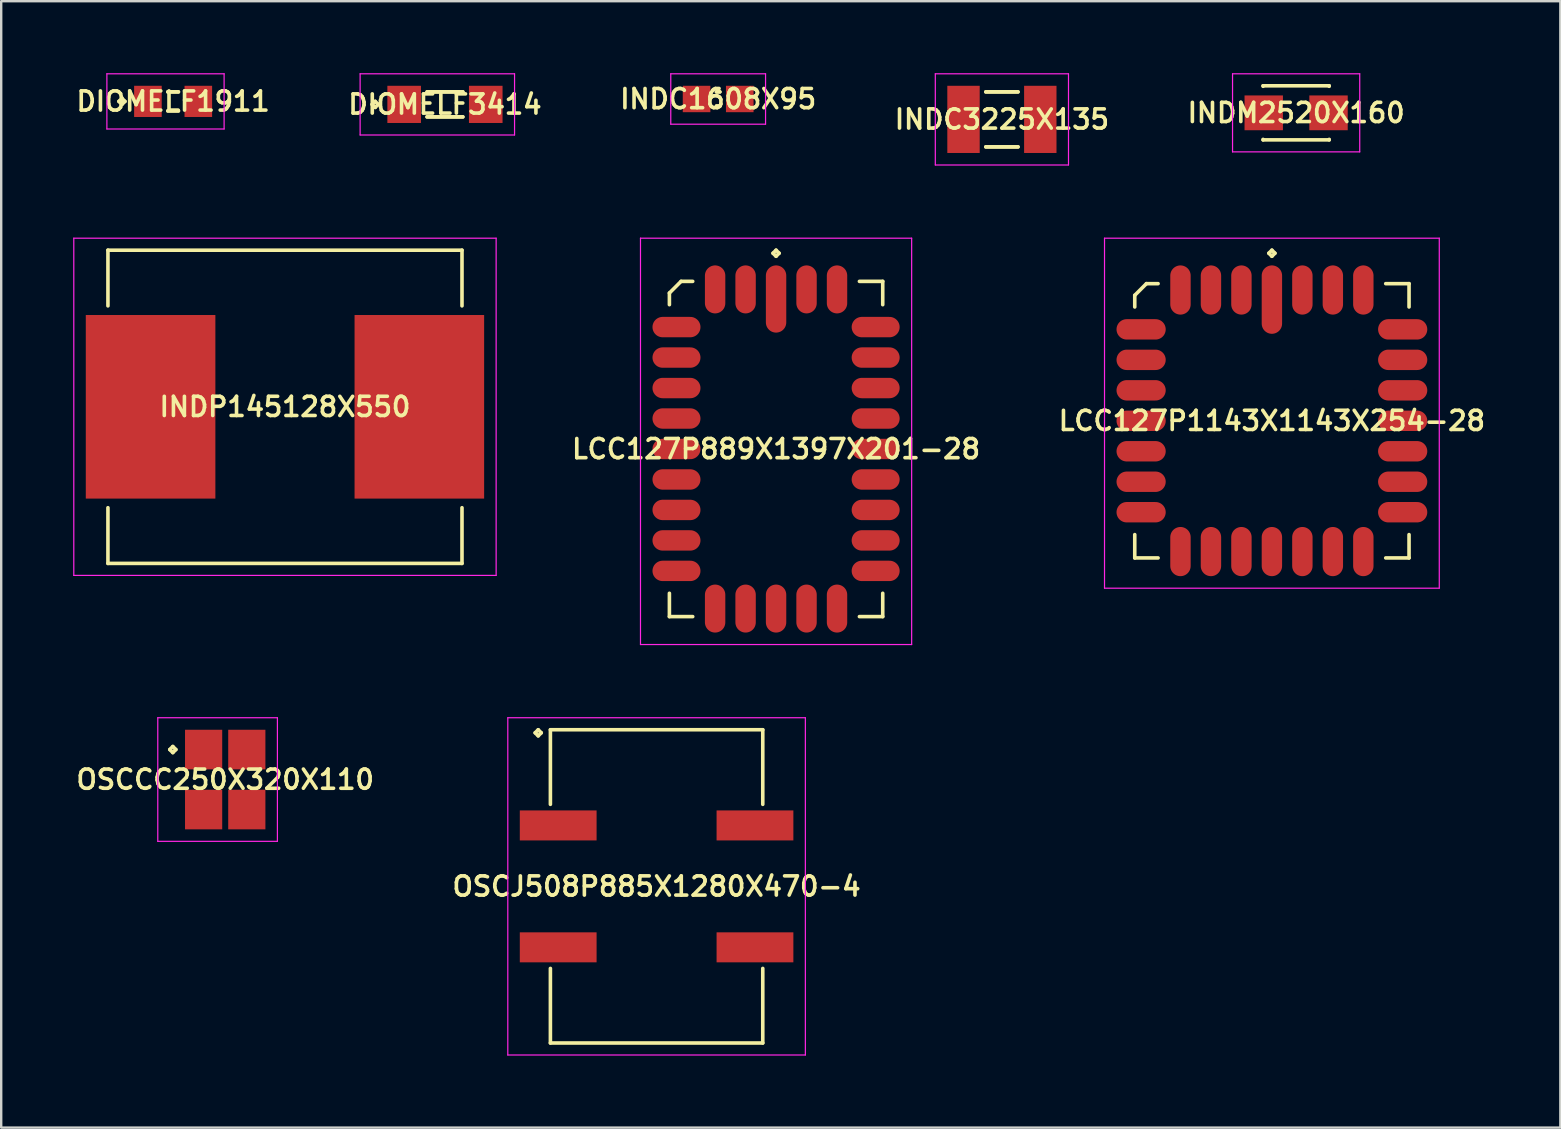
<source format=kicad_pcb>
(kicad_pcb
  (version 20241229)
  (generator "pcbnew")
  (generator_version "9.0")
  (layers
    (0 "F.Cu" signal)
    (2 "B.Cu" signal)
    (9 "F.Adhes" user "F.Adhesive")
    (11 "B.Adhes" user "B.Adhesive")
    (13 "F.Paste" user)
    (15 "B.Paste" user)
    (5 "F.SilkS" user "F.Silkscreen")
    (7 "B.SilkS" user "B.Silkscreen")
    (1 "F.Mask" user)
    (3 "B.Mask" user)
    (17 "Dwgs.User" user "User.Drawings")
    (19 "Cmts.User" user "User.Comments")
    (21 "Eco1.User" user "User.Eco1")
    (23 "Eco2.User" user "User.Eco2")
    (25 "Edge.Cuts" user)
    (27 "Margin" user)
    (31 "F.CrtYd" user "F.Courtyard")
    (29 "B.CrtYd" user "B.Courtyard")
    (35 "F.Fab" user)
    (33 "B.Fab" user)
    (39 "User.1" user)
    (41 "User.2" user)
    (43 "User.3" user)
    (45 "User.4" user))
  (footprint "LCC127P889X1397X201-28"
    (layer "F.Cu")
    (at 29.29 15.66)
    (property "Reference" "LCC127P889X1397X201-28" (at 0 0 0) (layer "F.SilkS") (effects (font (size 0.8 0.8) (thickness 0.15))))
    (attr smd)
    (fp_line (start -4.445 -6.499) (end -3.959 -6.985) (stroke (width 0.15) (type solid)) (layer "F.SilkS"))
    (fp_line (start -4.445 -6.013) (end -4.445 -6.499) (stroke (width 0.15) (type solid)) (layer "F.SilkS"))
    (fp_line (start -4.445 6.013) (end -4.445 6.985) (stroke (width 0.15) (type solid)) (layer "F.SilkS"))
    (fp_line (start -4.445 6.985) (end -3.473 6.985) (stroke (width 0.15) (type solid)) (layer "F.SilkS"))
    (fp_line (start -3.959 -6.985) (end -3.473 -6.985) (stroke (width 0.15) (type solid)) (layer "F.SilkS"))
    (fp_line (start -0.127 -8.158) (end 0 -8.285) (stroke (width 0.15) (type solid)) (layer "F.SilkS"))
    (fp_line (start 0 -8.285) (end 0.127 -8.158) (stroke (width 0.15) (type solid)) (layer "F.SilkS"))
    (fp_line (start 0 -8.031) (end -0.127 -8.158) (stroke (width 0.15) (type solid)) (layer "F.SilkS"))
    (fp_line (start 0.127 -8.158) (end 0 -8.031) (stroke (width 0.15) (type solid)) (layer "F.SilkS"))
    (fp_line (start 4.445 -6.985) (end 3.473 -6.985) (stroke (width 0.15) (type solid)) (layer "F.SilkS"))
    (fp_line (start 4.445 -6.013) (end 4.445 -6.985) (stroke (width 0.15) (type solid)) (layer "F.SilkS"))
    (fp_line (start 4.445 6.013) (end 4.445 6.985) (stroke (width 0.15) (type solid)) (layer "F.SilkS"))
    (fp_line (start 4.445 6.985) (end 3.473 6.985) (stroke (width 0.15) (type solid)) (layer "F.SilkS"))
    (fp_line (start -5.65 -8.785) (end 5.65 -8.785) (stroke (width 0.05) (type solid)) (layer "F.CrtYd"))
    (fp_line (start -5.65 8.15) (end -5.65 -8.785) (stroke (width 0.05) (type solid)) (layer "F.CrtYd"))
    (fp_line (start 5.65 -8.785) (end 5.65 8.15) (stroke (width 0.05) (type solid)) (layer "F.CrtYd"))
    (fp_line (start 5.65 8.15) (end -5.65 8.15) (stroke (width 0.05) (type solid)) (layer "F.CrtYd"))
    (pad "1" smd oval (at 0 -6.25) (size 0.85 2.8) (layers "F.Cu" "F.Mask" "F.Paste"))
    (pad "2" smd oval (at -1.27 -6.65) (size 0.85 2) (layers "F.Cu" "F.Mask" "F.Paste"))
    (pad "3" smd oval (at -2.54 -6.65) (size 0.85 2) (layers "F.Cu" "F.Mask" "F.Paste"))
    (pad "4" smd oval (at -4.15 -5.08) (size 2 0.85) (layers "F.Cu" "F.Mask" "F.Paste"))
    (pad "5" smd oval (at -4.15 -3.81) (size 2 0.85) (layers "F.Cu" "F.Mask" "F.Paste"))
    (pad "6" smd oval (at -4.15 -2.54) (size 2 0.85) (layers "F.Cu" "F.Mask" "F.Paste"))
    (pad "7" smd oval (at -4.15 -1.27) (size 2 0.85) (layers "F.Cu" "F.Mask" "F.Paste"))
    (pad "8" smd oval (at -4.15 0) (size 2 0.85) (layers "F.Cu" "F.Mask" "F.Paste"))
    (pad "9" smd oval (at -4.15 1.27) (size 2 0.85) (layers "F.Cu" "F.Mask" "F.Paste"))
    (pad "10" smd oval (at -4.15 2.54) (size 2 0.85) (layers "F.Cu" "F.Mask" "F.Paste"))
    (pad "11" smd oval (at -4.15 3.81) (size 2 0.85) (layers "F.Cu" "F.Mask" "F.Paste"))
    (pad "12" smd oval (at -4.15 5.08) (size 2 0.85) (layers "F.Cu" "F.Mask" "F.Paste"))
    (pad "13" smd oval (at -2.54 6.65) (size 0.85 2) (layers "F.Cu" "F.Mask" "F.Paste"))
    (pad "14" smd oval (at -1.27 6.65) (size 0.85 2) (layers "F.Cu" "F.Mask" "F.Paste"))
    (pad "15" smd oval (at 0 6.65) (size 0.85 2) (layers "F.Cu" "F.Mask" "F.Paste"))
    (pad "16" smd oval (at 1.27 6.65) (size 0.85 2) (layers "F.Cu" "F.Mask" "F.Paste"))
    (pad "17" smd oval (at 2.54 6.65) (size 0.85 2) (layers "F.Cu" "F.Mask" "F.Paste"))
    (pad "18" smd oval (at 4.15 5.08) (size 2 0.85) (layers "F.Cu" "F.Mask" "F.Paste"))
    (pad "19" smd oval (at 4.15 3.81) (size 2 0.85) (layers "F.Cu" "F.Mask" "F.Paste"))
    (pad "20" smd oval (at 4.15 2.54) (size 2 0.85) (layers "F.Cu" "F.Mask" "F.Paste"))
    (pad "21" smd oval (at 4.15 1.27) (size 2 0.85) (layers "F.Cu" "F.Mask" "F.Paste"))
    (pad "22" smd oval (at 4.15 0) (size 2 0.85) (layers "F.Cu" "F.Mask" "F.Paste"))
    (pad "23" smd oval (at 4.15 -1.27) (size 2 0.85) (layers "F.Cu" "F.Mask" "F.Paste"))
    (pad "24" smd oval (at 4.15 -2.54) (size 2 0.85) (layers "F.Cu" "F.Mask" "F.Paste"))
    (pad "25" smd oval (at 4.15 -3.81) (size 2 0.85) (layers "F.Cu" "F.Mask" "F.Paste"))
    (pad "26" smd oval (at 4.15 -5.08) (size 2 0.85) (layers "F.Cu" "F.Mask" "F.Paste"))
    (pad "27" smd oval (at 2.54 -6.65) (size 0.85 2) (layers "F.Cu" "F.Mask" "F.Paste"))
    (pad "28" smd oval (at 1.27 -6.65) (size 0.85 2) (layers "F.Cu" "F.Mask" "F.Paste")))
  (footprint "INDC1608X95"
    (layer "F.Cu")
    (at 26.877 1.075)
    (property "Reference" "INDC1608X95" (at 0 0 0) (layer "F.SilkS") (effects (font (size 0.8 0.8) (thickness 0.15))))
    (attr smd)
    (fp_line (start -0.071 -0.296) (end 0.071 -0.296) (stroke (width 0.15) (type solid)) (layer "F.SilkS"))
    (fp_line (start -0.071 0.296) (end 0.071 0.296) (stroke (width 0.15) (type solid)) (layer "F.SilkS"))
    (fp_line (start 0.071 -0.296) (end -0.071 -0.296) (stroke (width 0.15) (type solid)) (layer "F.SilkS"))
    (fp_line (start 0.071 0.296) (end -0.071 0.296) (stroke (width 0.15) (type solid)) (layer "F.SilkS"))
    (fp_line (start -1.975 -1.05) (end 1.975 -1.05) (stroke (width 0.05) (type solid)) (layer "F.CrtYd"))
    (fp_line (start -1.975 1.05) (end -1.975 -1.05) (stroke (width 0.05) (type solid)) (layer "F.CrtYd"))
    (fp_line (start 1.975 -1.05) (end 1.975 1.05) (stroke (width 0.05) (type solid)) (layer "F.CrtYd"))
    (fp_line (start 1.975 1.05) (end -1.975 1.05) (stroke (width 0.05) (type solid)) (layer "F.CrtYd"))
    (pad "1" smd rect (at -0.9 0) (size 1.15 1.1) (layers "F.Cu" "F.Mask" "F.Paste"))
    (pad "2" smd rect (at 0.9 0) (size 1.15 1.1) (layers "F.Cu" "F.Mask" "F.Paste")))
  (footprint "DIOMELF1911"
    (layer "F.Cu")
    (at 4.164 1.175)
    (property "Reference" "DIOMELF1911" (at 0 0 0) (layer "F.SilkS") (effects (font (size 0.8 0.8) (thickness 0.15))))
    (attr smd)
    (fp_line (start -2.26 0) (end -2.133 -0.127) (stroke (width 0.15) (type solid)) (layer "F.SilkS"))
    (fp_line (start -2.133 -0.127) (end -2.006 0) (stroke (width 0.15) (type solid)) (layer "F.SilkS"))
    (fp_line (start -2.133 0.127) (end -2.26 0) (stroke (width 0.15) (type solid)) (layer "F.SilkS"))
    (fp_line (start -2.006 0) (end -2.133 0.127) (stroke (width 0.15) (type solid)) (layer "F.SilkS"))
    (fp_line (start -0.221 -0.396) (end 0.221 -0.396) (stroke (width 0.15) (type solid)) (layer "F.SilkS"))
    (fp_line (start -0.221 0.396) (end 0.221 0.396) (stroke (width 0.15) (type solid)) (layer "F.SilkS"))
    (fp_line (start 0.221 -0.396) (end -0.221 -0.396) (stroke (width 0.15) (type solid)) (layer "F.SilkS"))
    (fp_line (start 0.221 0.396) (end -0.221 0.396) (stroke (width 0.15) (type solid)) (layer "F.SilkS"))
    (fp_line (start -2.76 -1.15) (end 2.125 -1.15) (stroke (width 0.05) (type solid)) (layer "F.CrtYd"))
    (fp_line (start -2.76 1.15) (end -2.76 -1.15) (stroke (width 0.05) (type solid)) (layer "F.CrtYd"))
    (fp_line (start 2.125 -1.15) (end 2.125 1.15) (stroke (width 0.05) (type solid)) (layer "F.CrtYd"))
    (fp_line (start 2.125 1.15) (end -2.76 1.15) (stroke (width 0.05) (type solid)) (layer "F.CrtYd"))
    (pad "1" smd rect (at -1.05 0) (size 1.15 1.3) (layers "F.Cu" "F.Mask" "F.Paste"))
    (pad "2" smd rect (at 1.05 0) (size 1.15 1.3) (layers "F.Cu" "F.Mask" "F.Paste")))
  (footprint "DIOMELF3414"
    (layer "F.Cu")
    (at 15.492 1.3)
    (property "Reference" "DIOMELF3414" (at 0 0 0) (layer "F.SilkS") (effects (font (size 0.8 0.8) (thickness 0.15))))
    (attr smd)
    (fp_line (start -3.035 0) (end -2.908 -0.127) (stroke (width 0.15) (type solid)) (layer "F.SilkS"))
    (fp_line (start -2.908 -0.127) (end -2.781 0) (stroke (width 0.15) (type solid)) (layer "F.SilkS"))
    (fp_line (start -2.908 0.127) (end -3.035 0) (stroke (width 0.15) (type solid)) (layer "F.SilkS"))
    (fp_line (start -2.781 0) (end -2.908 0.127) (stroke (width 0.15) (type solid)) (layer "F.SilkS"))
    (fp_line (start -0.746 -0.521) (end 0.746 -0.521) (stroke (width 0.15) (type solid)) (layer "F.SilkS"))
    (fp_line (start -0.746 0.521) (end 0.746 0.521) (stroke (width 0.15) (type solid)) (layer "F.SilkS"))
    (fp_line (start 0.746 -0.521) (end -0.746 -0.521) (stroke (width 0.15) (type solid)) (layer "F.SilkS"))
    (fp_line (start 0.746 0.521) (end -0.746 0.521) (stroke (width 0.15) (type solid)) (layer "F.SilkS"))
    (fp_line (start -3.535 -1.275) (end 2.9 -1.275) (stroke (width 0.05) (type solid)) (layer "F.CrtYd"))
    (fp_line (start -3.535 1.275) (end -3.535 -1.275) (stroke (width 0.05) (type solid)) (layer "F.CrtYd"))
    (fp_line (start 2.9 -1.275) (end 2.9 1.275) (stroke (width 0.05) (type solid)) (layer "F.CrtYd"))
    (fp_line (start 2.9 1.275) (end -3.535 1.275) (stroke (width 0.05) (type solid)) (layer "F.CrtYd"))
    (pad "1" smd rect (at -1.7 0) (size 1.4 1.55) (layers "F.Cu" "F.Mask" "F.Paste"))
    (pad "2" smd rect (at 1.7 0) (size 1.4 1.55) (layers "F.Cu" "F.Mask" "F.Paste")))
  (footprint "INDP145128X550"
    (layer "F.Cu")
    (at 8.825 13.902)
    (property "Reference" "INDP145128X550" (at 0 0 0) (layer "F.SilkS") (effects (font (size 0.8 0.8) (thickness 0.15))))
    (attr smd)
    (fp_line (start -7.377 -6.527) (end 7.377 -6.527) (stroke (width 0.15) (type solid)) (layer "F.SilkS"))
    (fp_line (start -7.377 -4.206) (end -7.377 -6.527) (stroke (width 0.15) (type solid)) (layer "F.SilkS"))
    (fp_line (start -7.377 4.206) (end -7.377 6.527) (stroke (width 0.15) (type solid)) (layer "F.SilkS"))
    (fp_line (start -7.377 6.527) (end 7.377 6.527) (stroke (width 0.15) (type solid)) (layer "F.SilkS"))
    (fp_line (start 7.377 -6.527) (end 7.377 -4.206) (stroke (width 0.15) (type solid)) (layer "F.SilkS"))
    (fp_line (start 7.377 6.527) (end 7.377 4.206) (stroke (width 0.15) (type solid)) (layer "F.SilkS"))
    (fp_line (start -8.8 -7.027) (end 8.8 -7.027) (stroke (width 0.05) (type solid)) (layer "F.CrtYd"))
    (fp_line (start -8.8 7.027) (end -8.8 -7.027) (stroke (width 0.05) (type solid)) (layer "F.CrtYd"))
    (fp_line (start 8.8 -7.027) (end 8.8 7.027) (stroke (width 0.05) (type solid)) (layer "F.CrtYd"))
    (fp_line (start 8.8 7.027) (end -8.8 7.027) (stroke (width 0.05) (type solid)) (layer "F.CrtYd"))
    (pad "1" smd rect (at -5.6 0) (size 5.4 7.65) (layers "F.Cu" "F.Mask" "F.Paste"))
    (pad "2" smd rect (at 5.6 0) (size 5.4 7.65) (layers "F.Cu" "F.Mask" "F.Paste")))
  (footprint "INDC3225X135"
    (layer "F.Cu")
    (at 38.701 1.925)
    (property "Reference" "INDC3225X135" (at 0 0 0) (layer "F.SilkS") (effects (font (size 0.8 0.8) (thickness 0.15))))
    (attr smd)
    (fp_line (start -0.671 -1.146) (end 0.671 -1.146) (stroke (width 0.15) (type solid)) (layer "F.SilkS"))
    (fp_line (start -0.671 1.146) (end 0.671 1.146) (stroke (width 0.15) (type solid)) (layer "F.SilkS"))
    (fp_line (start 0.671 -1.146) (end -0.671 -1.146) (stroke (width 0.15) (type solid)) (layer "F.SilkS"))
    (fp_line (start 0.671 1.146) (end -0.671 1.146) (stroke (width 0.15) (type solid)) (layer "F.SilkS"))
    (fp_line (start -2.775 -1.9) (end 2.775 -1.9) (stroke (width 0.05) (type solid)) (layer "F.CrtYd"))
    (fp_line (start -2.775 1.9) (end -2.775 -1.9) (stroke (width 0.05) (type solid)) (layer "F.CrtYd"))
    (fp_line (start 2.775 -1.9) (end 2.775 1.9) (stroke (width 0.05) (type solid)) (layer "F.CrtYd"))
    (fp_line (start 2.775 1.9) (end -2.775 1.9) (stroke (width 0.05) (type solid)) (layer "F.CrtYd"))
    (pad "1" smd rect (at -1.6 0) (size 1.35 2.8) (layers "F.Cu" "F.Mask" "F.Paste"))
    (pad "2" smd rect (at 1.6 0) (size 1.35 2.8) (layers "F.Cu" "F.Mask" "F.Paste")))
  (footprint "OSCCC250X320X110"
    (layer "F.Cu")
    (at 6.335 29.435)
    (property "Reference" "OSCCC250X320X110" (at 0 0 0) (layer "F.SilkS") (effects (font (size 0.8 0.8) (thickness 0.15))))
    (attr smd)
    (fp_line (start -2.31 -1.25) (end -2.183 -1.377) (stroke (width 0.15) (type solid)) (layer "F.SilkS"))
    (fp_line (start -2.183 -1.377) (end -2.056 -1.25) (stroke (width 0.15) (type solid)) (layer "F.SilkS"))
    (fp_line (start -2.183 -1.123) (end -2.31 -1.25) (stroke (width 0.15) (type solid)) (layer "F.SilkS"))
    (fp_line (start -2.056 -1.25) (end -2.183 -1.123) (stroke (width 0.15) (type solid)) (layer "F.SilkS"))
    (fp_line (start -2.81 -2.575) (end 2.175 -2.575) (stroke (width 0.05) (type solid)) (layer "F.CrtYd"))
    (fp_line (start -2.81 2.575) (end -2.81 -2.575) (stroke (width 0.05) (type solid)) (layer "F.CrtYd"))
    (fp_line (start 2.175 -2.575) (end 2.175 2.575) (stroke (width 0.05) (type solid)) (layer "F.CrtYd"))
    (fp_line (start 2.175 2.575) (end -2.81 2.575) (stroke (width 0.05) (type solid)) (layer "F.CrtYd"))
    (pad "1" smd rect (at -0.9 -1.25) (size 1.55 1.65) (layers "F.Cu" "F.Mask" "F.Paste"))
    (pad "2" smd rect (at -0.9 1.25) (size 1.55 1.65) (layers "F.Cu" "F.Mask" "F.Paste"))
    (pad "3" smd rect (at 0.9 1.25) (size 1.55 1.65) (layers "F.Cu" "F.Mask" "F.Paste"))
    (pad "4" smd rect (at 0.9 -1.25) (size 1.55 1.65) (layers "F.Cu" "F.Mask" "F.Paste")))
  (footprint "LCC127P1143X1143X254-28"
    (layer "F.Cu")
    (at 49.952 14.485)
    (property "Reference" "LCC127P1143X1143X254-28" (at 0 0 0) (layer "F.SilkS") (effects (font (size 0.8 0.8) (thickness 0.15))))
    (attr smd)
    (fp_line (start -5.715 -5.229) (end -5.229 -5.715) (stroke (width 0.15) (type solid)) (layer "F.SilkS"))
    (fp_line (start -5.715 -4.743) (end -5.715 -5.229) (stroke (width 0.15) (type solid)) (layer "F.SilkS"))
    (fp_line (start -5.715 4.743) (end -5.715 5.715) (stroke (width 0.15) (type solid)) (layer "F.SilkS"))
    (fp_line (start -5.715 5.715) (end -4.743 5.715) (stroke (width 0.15) (type solid)) (layer "F.SilkS"))
    (fp_line (start -5.229 -5.715) (end -4.743 -5.715) (stroke (width 0.15) (type solid)) (layer "F.SilkS"))
    (fp_line (start -0.127 -6.983) (end 0 -7.11) (stroke (width 0.15) (type solid)) (layer "F.SilkS"))
    (fp_line (start 0 -7.11) (end 0.127 -6.983) (stroke (width 0.15) (type solid)) (layer "F.SilkS"))
    (fp_line (start 0 -6.856) (end -0.127 -6.983) (stroke (width 0.15) (type solid)) (layer "F.SilkS"))
    (fp_line (start 0.127 -6.983) (end 0 -6.856) (stroke (width 0.15) (type solid)) (layer "F.SilkS"))
    (fp_line (start 5.715 -5.715) (end 4.743 -5.715) (stroke (width 0.15) (type solid)) (layer "F.SilkS"))
    (fp_line (start 5.715 -4.743) (end 5.715 -5.715) (stroke (width 0.15) (type solid)) (layer "F.SilkS"))
    (fp_line (start 5.715 4.743) (end 5.715 5.715) (stroke (width 0.15) (type solid)) (layer "F.SilkS"))
    (fp_line (start 5.715 5.715) (end 4.743 5.715) (stroke (width 0.15) (type solid)) (layer "F.SilkS"))
    (fp_line (start -6.975 -7.61) (end 6.975 -7.61) (stroke (width 0.05) (type solid)) (layer "F.CrtYd"))
    (fp_line (start -6.975 6.975) (end -6.975 -7.61) (stroke (width 0.05) (type solid)) (layer "F.CrtYd"))
    (fp_line (start 6.975 -7.61) (end 6.975 6.975) (stroke (width 0.05) (type solid)) (layer "F.CrtYd"))
    (fp_line (start 6.975 6.975) (end -6.975 6.975) (stroke (width 0.05) (type solid)) (layer "F.CrtYd"))
    (pad "1" smd oval (at 0 -5.05) (size 0.85 2.85) (layers "F.Cu" "F.Mask" "F.Paste"))
    (pad "2" smd oval (at -1.27 -5.45) (size 0.85 2.05) (layers "F.Cu" "F.Mask" "F.Paste"))
    (pad "3" smd oval (at -2.54 -5.45) (size 0.85 2.05) (layers "F.Cu" "F.Mask" "F.Paste"))
    (pad "4" smd oval (at -3.81 -5.45) (size 0.85 2.05) (layers "F.Cu" "F.Mask" "F.Paste"))
    (pad "5" smd oval (at -5.45 -3.81) (size 2.05 0.85) (layers "F.Cu" "F.Mask" "F.Paste"))
    (pad "6" smd oval (at -5.45 -2.54) (size 2.05 0.85) (layers "F.Cu" "F.Mask" "F.Paste"))
    (pad "7" smd oval (at -5.45 -1.27) (size 2.05 0.85) (layers "F.Cu" "F.Mask" "F.Paste"))
    (pad "8" smd oval (at -5.45 0) (size 2.05 0.85) (layers "F.Cu" "F.Mask" "F.Paste"))
    (pad "9" smd oval (at -5.45 1.27) (size 2.05 0.85) (layers "F.Cu" "F.Mask" "F.Paste"))
    (pad "10" smd oval (at -5.45 2.54) (size 2.05 0.85) (layers "F.Cu" "F.Mask" "F.Paste"))
    (pad "11" smd oval (at -5.45 3.81) (size 2.05 0.85) (layers "F.Cu" "F.Mask" "F.Paste"))
    (pad "12" smd oval (at -3.81 5.45) (size 0.85 2.05) (layers "F.Cu" "F.Mask" "F.Paste"))
    (pad "13" smd oval (at -2.54 5.45) (size 0.85 2.05) (layers "F.Cu" "F.Mask" "F.Paste"))
    (pad "14" smd oval (at -1.27 5.45) (size 0.85 2.05) (layers "F.Cu" "F.Mask" "F.Paste"))
    (pad "15" smd oval (at 0 5.45) (size 0.85 2.05) (layers "F.Cu" "F.Mask" "F.Paste"))
    (pad "16" smd oval (at 1.27 5.45) (size 0.85 2.05) (layers "F.Cu" "F.Mask" "F.Paste"))
    (pad "17" smd oval (at 2.54 5.45) (size 0.85 2.05) (layers "F.Cu" "F.Mask" "F.Paste"))
    (pad "18" smd oval (at 3.81 5.45) (size 0.85 2.05) (layers "F.Cu" "F.Mask" "F.Paste"))
    (pad "19" smd oval (at 5.45 3.81) (size 2.05 0.85) (layers "F.Cu" "F.Mask" "F.Paste"))
    (pad "20" smd oval (at 5.45 2.54) (size 2.05 0.85) (layers "F.Cu" "F.Mask" "F.Paste"))
    (pad "21" smd oval (at 5.45 1.27) (size 2.05 0.85) (layers "F.Cu" "F.Mask" "F.Paste"))
    (pad "22" smd oval (at 5.45 0) (size 2.05 0.85) (layers "F.Cu" "F.Mask" "F.Paste"))
    (pad "23" smd oval (at 5.45 -1.27) (size 2.05 0.85) (layers "F.Cu" "F.Mask" "F.Paste"))
    (pad "24" smd oval (at 5.45 -2.54) (size 2.05 0.85) (layers "F.Cu" "F.Mask" "F.Paste"))
    (pad "25" smd oval (at 5.45 -3.81) (size 2.05 0.85) (layers "F.Cu" "F.Mask" "F.Paste"))
    (pad "26" smd oval (at 3.81 -5.45) (size 0.85 2.05) (layers "F.Cu" "F.Mask" "F.Paste"))
    (pad "27" smd oval (at 2.54 -5.45) (size 0.85 2.05) (layers "F.Cu" "F.Mask" "F.Paste"))
    (pad "28" smd oval (at 1.27 -5.45) (size 0.85 2.05) (layers "F.Cu" "F.Mask" "F.Paste")))
  (footprint "INDM2520X160"
    (layer "F.Cu")
    (at 50.962 1.652)
    (property "Reference" "INDM2520X160" (at 0 0 0) (layer "F.SilkS") (effects (font (size 0.8 0.8) (thickness 0.15))))
    (attr smd)
    (fp_line (start -1.377 -1.127) (end 1.377 -1.127) (stroke (width 0.15) (type solid)) (layer "F.SilkS"))
    (fp_line (start -1.377 -1.106) (end -1.377 -1.127) (stroke (width 0.15) (type solid)) (layer "F.SilkS"))
    (fp_line (start -1.377 1.106) (end -1.377 1.127) (stroke (width 0.15) (type solid)) (layer "F.SilkS"))
    (fp_line (start -1.377 1.127) (end 1.377 1.127) (stroke (width 0.15) (type solid)) (layer "F.SilkS"))
    (fp_line (start 1.377 -1.127) (end 1.377 -1.106) (stroke (width 0.15) (type solid)) (layer "F.SilkS"))
    (fp_line (start 1.377 1.127) (end 1.377 1.106) (stroke (width 0.15) (type solid)) (layer "F.SilkS"))
    (fp_line (start -2.65 -1.627) (end 2.65 -1.627) (stroke (width 0.05) (type solid)) (layer "F.CrtYd"))
    (fp_line (start -2.65 1.627) (end -2.65 -1.627) (stroke (width 0.05) (type solid)) (layer "F.CrtYd"))
    (fp_line (start 2.65 -1.627) (end 2.65 1.627) (stroke (width 0.05) (type solid)) (layer "F.CrtYd"))
    (fp_line (start 2.65 1.627) (end -2.65 1.627) (stroke (width 0.05) (type solid)) (layer "F.CrtYd"))
    (pad "1" smd rect (at -1.35 0) (size 1.6 1.45) (layers "F.Cu" "F.Mask" "F.Paste"))
    (pad "2" smd rect (at 1.35 0) (size 1.6 1.45) (layers "F.Cu" "F.Mask" "F.Paste")))
  (footprint "OSCJ508P885X1280X470-4"
    (layer "F.Cu")
    (at 24.311 33.887)
    (property "Reference" "OSCJ508P885X1280X470-4" (at 0 0 0) (layer "F.SilkS") (effects (font (size 0.8 0.8) (thickness 0.15))))
    (attr smd)
    (fp_line (start -5.06 -6.4) (end -4.933 -6.527) (stroke (width 0.15) (type solid)) (layer "F.SilkS"))
    (fp_line (start -4.933 -6.527) (end -4.806 -6.4) (stroke (width 0.15) (type solid)) (layer "F.SilkS"))
    (fp_line (start -4.933 -6.273) (end -5.06 -6.4) (stroke (width 0.15) (type solid)) (layer "F.SilkS"))
    (fp_line (start -4.806 -6.4) (end -4.933 -6.273) (stroke (width 0.15) (type solid)) (layer "F.SilkS"))
    (fp_line (start -4.425 -6.527) (end 4.425 -6.527) (stroke (width 0.15) (type solid)) (layer "F.SilkS"))
    (fp_line (start -4.425 -3.419) (end -4.425 -6.527) (stroke (width 0.15) (type solid)) (layer "F.SilkS"))
    (fp_line (start -4.425 3.419) (end -4.425 6.527) (stroke (width 0.15) (type solid)) (layer "F.SilkS"))
    (fp_line (start -4.425 6.527) (end 4.425 6.527) (stroke (width 0.15) (type solid)) (layer "F.SilkS"))
    (fp_line (start 4.425 -6.527) (end 4.425 -3.419) (stroke (width 0.15) (type solid)) (layer "F.SilkS"))
    (fp_line (start 4.425 6.527) (end 4.425 3.419) (stroke (width 0.15) (type solid)) (layer "F.SilkS"))
    (fp_line (start -6.2 -7.027) (end 6.2 -7.027) (stroke (width 0.05) (type solid)) (layer "F.CrtYd"))
    (fp_line (start -6.2 7.027) (end -6.2 -7.027) (stroke (width 0.05) (type solid)) (layer "F.CrtYd"))
    (fp_line (start 6.2 -7.027) (end 6.2 7.027) (stroke (width 0.05) (type solid)) (layer "F.CrtYd"))
    (fp_line (start 6.2 7.027) (end -6.2 7.027) (stroke (width 0.05) (type solid)) (layer "F.CrtYd"))
    (pad "1" smd rect (at -4.1 -2.54) (size 3.2 1.25) (layers "F.Cu" "F.Mask" "F.Paste"))
    (pad "2" smd rect (at -4.1 2.54) (size 3.2 1.25) (layers "F.Cu" "F.Mask" "F.Paste"))
    (pad "3" smd rect (at 4.1 2.54) (size 3.2 1.25) (layers "F.Cu" "F.Mask" "F.Paste"))
    (pad "4" smd rect (at 4.1 -2.54) (size 3.2 1.25) (layers "F.Cu" "F.Mask" "F.Paste")))
  (gr_rect
    (start -3 -3)
    (end 61.973 43.939)
    (stroke (width 0.1) (type default))
    (fill no)
    (layer "Edge.Cuts")))
</source>
